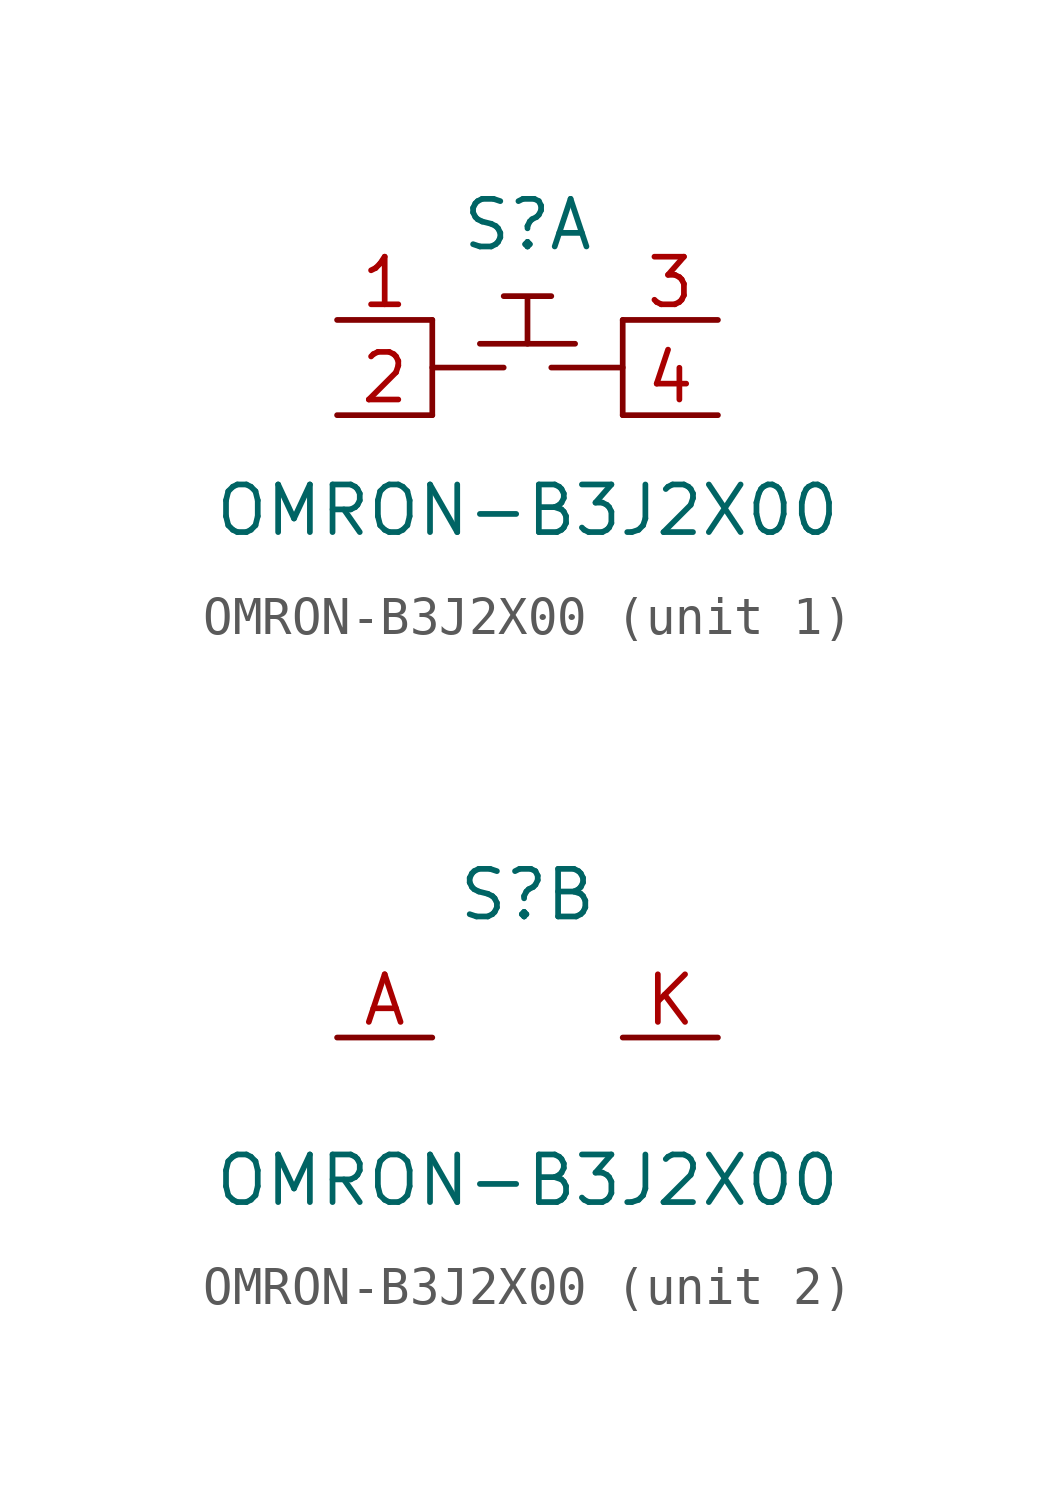
<source format=kicad_sym>
(kicad_symbol_lib
  (version 20211014)
  (generator kicad_symbol_editor)
  (symbol "OMRON-B3J2X00"
    (property "Reference" "S"
      (at 0 3.81 0)
      (effects (font (size 1.27 1.27))))
    (property "Value" "OMRON-B3J2X00"
      (at 0 -3.81 0)
      (effects (font (size 1.27 1.27))))
    (property "ki_locked" ""
      (at 0 0 0)
      (effects (font (size 1.27 1.27))))
    (symbol "OMRON-B3J2X00_1_1"
      (polyline (pts (xy -2.54 0) (xy -0.635 0)) (stroke (width 0.152) (type default) (color 0 0 0 0)) (fill (type none)))
      (polyline (pts (xy -2.54 1.27) (xy -2.54 -1.27)) (stroke (width 0.152) (type default) (color 0 0 0 0)) (fill (type none)))
      (polyline (pts (xy -1.27 0.635) (xy 1.27 0.635)) (stroke (width 0.152) (type default) (color 0 0 0 0)) (fill (type none)))
      (polyline (pts (xy 2.54 0) (xy 0.635 0)) (stroke (width 0.152) (type default) (color 0 0 0 0)) (fill (type none)))
      (polyline (pts (xy 2.54 1.27) (xy 2.54 -1.27)) (stroke (width 0.152) (type default) (color 0 0 0 0)) (fill (type none)))
      (polyline (pts (xy 0 0.635) (xy 0 1.905) (xy -0.635 1.905) (xy 0.635 1.905)) (stroke (width 0.152) (type default) (color 0 0 0 0)) (fill (type none)))
      (pin passive line (at -5.08 1.27 0) (length 2.54) (name "" (effects (font (size 1.27 1.27)))) (number "1" (effects (font (size 1.27 1.27)))))
      (pin passive line (at -5.08 -1.27 0) (length 2.54) (name "" (effects (font (size 1.27 1.27)))) (number "2" (effects (font (size 1.27 1.27)))))
      (pin passive line (at 5.08 1.27 180) (length 2.54) (name "" (effects (font (size 1.27 1.27)))) (number "3" (effects (font (size 1.27 1.27)))))
      (pin passive line (at 5.08 -1.27 180) (length 2.54) (name "" (effects (font (size 1.27 1.27)))) (number "4" (effects (font (size 1.27 1.27))))))
    (symbol "OMRON-B3J2X00_2_1"
      (pin passive line (at -5.08 0 0) (length 2.54) (name "" (effects (font (size 1.27 1.27)))) (number "A" (effects (font (size 1.27 1.27)))))
      (pin passive line (at 5.08 0 180) (length 2.54) (name "" (effects (font (size 1.27 1.27)))) (number "K" (effects (font (size 1.27 1.27))))))))
</source>
